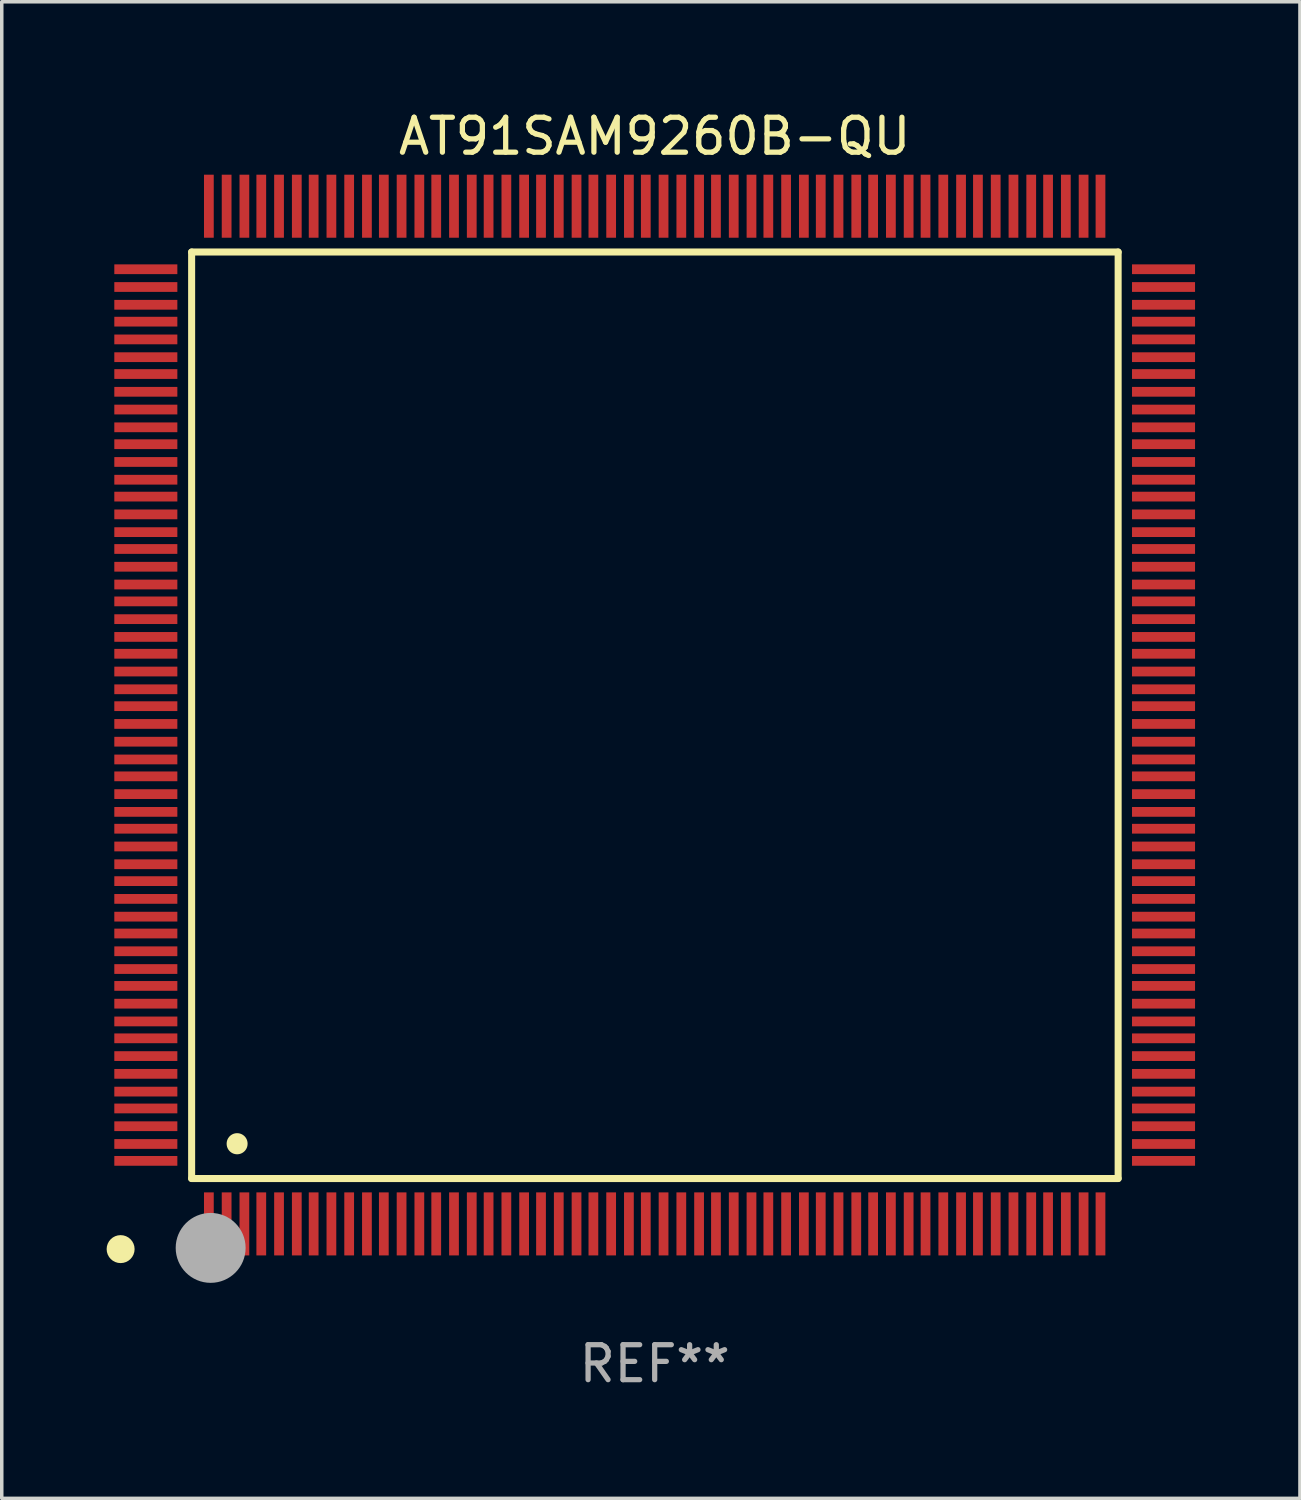
<source format=kicad_pcb>
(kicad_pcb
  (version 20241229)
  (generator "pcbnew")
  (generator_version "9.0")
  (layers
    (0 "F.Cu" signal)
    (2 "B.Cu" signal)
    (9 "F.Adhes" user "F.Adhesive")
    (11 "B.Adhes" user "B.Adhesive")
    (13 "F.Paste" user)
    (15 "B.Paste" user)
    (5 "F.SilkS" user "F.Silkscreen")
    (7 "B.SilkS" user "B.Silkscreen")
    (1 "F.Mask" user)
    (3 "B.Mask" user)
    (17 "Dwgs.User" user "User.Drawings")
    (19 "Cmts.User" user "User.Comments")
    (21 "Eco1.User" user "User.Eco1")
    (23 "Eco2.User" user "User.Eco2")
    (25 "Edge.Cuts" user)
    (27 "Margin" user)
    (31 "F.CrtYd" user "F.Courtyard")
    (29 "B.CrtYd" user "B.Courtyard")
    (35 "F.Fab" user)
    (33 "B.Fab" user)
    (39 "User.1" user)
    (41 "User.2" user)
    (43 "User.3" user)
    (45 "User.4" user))
  (footprint "AT91SAM9260B-QU"
    (layer "F.Cu")
    (at 15.675 17.402)
    (property "Reference" "AT91SAM9260B-QU" (at 0 -16.554 0) (layer "F.SilkS") (effects (font (size 1 1) (thickness 0.15))))
    (attr through_hole)
    (fp_line (start -13.244 -13.244) (end -13.244 13.256) (stroke (width 0.201) (type solid)) (layer "F.SilkS"))
    (fp_line (start -13.244 13.256) (end 13.256 13.256) (stroke (width 0.201) (type solid)) (layer "F.SilkS"))
    (fp_line (start 13.256 -13.244) (end -13.244 -13.244) (stroke (width 0.201) (type solid)) (layer "F.SilkS"))
    (fp_line (start 13.256 13.256) (end 13.256 -13.244) (stroke (width 0.201) (type solid)) (layer "F.SilkS"))
    (fp_arc (start -13.268987 14.90983) (mid -13.268992 14.90856) (end -13.268987 14.90729) (stroke (width 0.299721) (type solid)) (layer "F.SilkS"))
    (fp_arc (start -11.943104 12.263145) (mid -11.943115 12.260605) (end -11.943104 12.258065) (stroke (width 0.599441) (type solid)) (layer "F.SilkS"))
    (fp_circle (center -15.275 15.275) (end -15.075 15.275) (stroke (width 0.4) (type solid)) (fill no) (layer "F.SilkS"))
    (fp_circle (center -12.7 15.24) (end -12.2 15.24) (stroke (width 1) (type solid)) (fill no) (layer "F.Fab"))
    (fp_text user "REF**" (at 0 18.554 0) (layer "F.Fab") (effects (font (size 1 1) (thickness 0.15))))
    (pad "1" smd rect (at -12.751 14.554 180) (size 0.279 1.803) (layers "F.Cu" "F.Mask" "F.Paste"))
    (pad "2" smd rect (at -12.243 14.554 180) (size 0.279 1.803) (layers "F.Cu" "F.Mask" "F.Paste"))
    (pad "3" smd rect (at -11.735 14.554 180) (size 0.279 1.803) (layers "F.Cu" "F.Mask" "F.Paste"))
    (pad "4" smd rect (at -11.252 14.554 180) (size 0.279 1.803) (layers "F.Cu" "F.Mask" "F.Paste"))
    (pad "5" smd rect (at -10.744 14.554 180) (size 0.279 1.803) (layers "F.Cu" "F.Mask" "F.Paste"))
    (pad "6" smd rect (at -10.236 14.554 180) (size 0.279 1.803) (layers "F.Cu" "F.Mask" "F.Paste"))
    (pad "7" smd rect (at -9.754 14.554 180) (size 0.279 1.803) (layers "F.Cu" "F.Mask" "F.Paste"))
    (pad "8" smd rect (at -9.246 14.554 180) (size 0.279 1.803) (layers "F.Cu" "F.Mask" "F.Paste"))
    (pad "9" smd rect (at -8.738 14.554 180) (size 0.279 1.803) (layers "F.Cu" "F.Mask" "F.Paste"))
    (pad "10" smd rect (at -8.23 14.554 180) (size 0.279 1.803) (layers "F.Cu" "F.Mask" "F.Paste"))
    (pad "11" smd rect (at -7.747 14.554 180) (size 0.279 1.803) (layers "F.Cu" "F.Mask" "F.Paste"))
    (pad "12" smd rect (at -7.239 14.554 180) (size 0.279 1.803) (layers "F.Cu" "F.Mask" "F.Paste"))
    (pad "13" smd rect (at -6.731 14.554 180) (size 0.279 1.803) (layers "F.Cu" "F.Mask" "F.Paste"))
    (pad "14" smd rect (at -6.248 14.554 180) (size 0.279 1.803) (layers "F.Cu" "F.Mask" "F.Paste"))
    (pad "15" smd rect (at -5.74 14.554 180) (size 0.279 1.803) (layers "F.Cu" "F.Mask" "F.Paste"))
    (pad "16" smd rect (at -5.232 14.554 180) (size 0.279 1.803) (layers "F.Cu" "F.Mask" "F.Paste"))
    (pad "17" smd rect (at -4.75 14.554 180) (size 0.279 1.803) (layers "F.Cu" "F.Mask" "F.Paste"))
    (pad "18" smd rect (at -4.242 14.554 180) (size 0.279 1.803) (layers "F.Cu" "F.Mask" "F.Paste"))
    (pad "19" smd rect (at -3.734 14.554 180) (size 0.279 1.803) (layers "F.Cu" "F.Mask" "F.Paste"))
    (pad "20" smd rect (at -3.251 14.554 180) (size 0.279 1.803) (layers "F.Cu" "F.Mask" "F.Paste"))
    (pad "21" smd rect (at -2.743 14.554 180) (size 0.279 1.803) (layers "F.Cu" "F.Mask" "F.Paste"))
    (pad "22" smd rect (at -2.235 14.554 180) (size 0.279 1.803) (layers "F.Cu" "F.Mask" "F.Paste"))
    (pad "23" smd rect (at -1.753 14.554 180) (size 0.279 1.803) (layers "F.Cu" "F.Mask" "F.Paste"))
    (pad "24" smd rect (at -1.245 14.554 180) (size 0.279 1.803) (layers "F.Cu" "F.Mask" "F.Paste"))
    (pad "25" smd rect (at -0.737 14.554 180) (size 0.279 1.803) (layers "F.Cu" "F.Mask" "F.Paste"))
    (pad "26" smd rect (at -0.254 14.554 180) (size 0.279 1.803) (layers "F.Cu" "F.Mask" "F.Paste"))
    (pad "27" smd rect (at 0.254 14.554 180) (size 0.279 1.803) (layers "F.Cu" "F.Mask" "F.Paste"))
    (pad "28" smd rect (at 0.762 14.554 180) (size 0.279 1.803) (layers "F.Cu" "F.Mask" "F.Paste"))
    (pad "29" smd rect (at 1.27 14.554 180) (size 0.279 1.803) (layers "F.Cu" "F.Mask" "F.Paste"))
    (pad "30" smd rect (at 1.753 14.554 180) (size 0.279 1.803) (layers "F.Cu" "F.Mask" "F.Paste"))
    (pad "31" smd rect (at 2.261 14.554 180) (size 0.279 1.803) (layers "F.Cu" "F.Mask" "F.Paste"))
    (pad "32" smd rect (at 2.769 14.554 180) (size 0.279 1.803) (layers "F.Cu" "F.Mask" "F.Paste"))
    (pad "33" smd rect (at 3.251 14.554 180) (size 0.279 1.803) (layers "F.Cu" "F.Mask" "F.Paste"))
    (pad "34" smd rect (at 3.759 14.554 180) (size 0.279 1.803) (layers "F.Cu" "F.Mask" "F.Paste"))
    (pad "35" smd rect (at 4.267 14.554 180) (size 0.279 1.803) (layers "F.Cu" "F.Mask" "F.Paste"))
    (pad "36" smd rect (at 4.75 14.554 180) (size 0.279 1.803) (layers "F.Cu" "F.Mask" "F.Paste"))
    (pad "37" smd rect (at 5.258 14.554 180) (size 0.279 1.803) (layers "F.Cu" "F.Mask" "F.Paste"))
    (pad "38" smd rect (at 5.766 14.554 180) (size 0.279 1.803) (layers "F.Cu" "F.Mask" "F.Paste"))
    (pad "39" smd rect (at 6.248 14.554 180) (size 0.279 1.803) (layers "F.Cu" "F.Mask" "F.Paste"))
    (pad "40" smd rect (at 6.756 14.554 180) (size 0.279 1.803) (layers "F.Cu" "F.Mask" "F.Paste"))
    (pad "41" smd rect (at 7.264 14.554 180) (size 0.279 1.803) (layers "F.Cu" "F.Mask" "F.Paste"))
    (pad "42" smd rect (at 7.747 14.554 180) (size 0.279 1.803) (layers "F.Cu" "F.Mask" "F.Paste"))
    (pad "43" smd rect (at 8.255 14.554 180) (size 0.279 1.803) (layers "F.Cu" "F.Mask" "F.Paste"))
    (pad "44" smd rect (at 8.763 14.554 180) (size 0.279 1.803) (layers "F.Cu" "F.Mask" "F.Paste"))
    (pad "45" smd rect (at 9.246 14.554 180) (size 0.279 1.803) (layers "F.Cu" "F.Mask" "F.Paste"))
    (pad "46" smd rect (at 9.754 14.554 180) (size 0.279 1.803) (layers "F.Cu" "F.Mask" "F.Paste"))
    (pad "47" smd rect (at 10.262 14.554 180) (size 0.279 1.803) (layers "F.Cu" "F.Mask" "F.Paste"))
    (pad "48" smd rect (at 10.77 14.554 180) (size 0.279 1.803) (layers "F.Cu" "F.Mask" "F.Paste"))
    (pad "49" smd rect (at 11.252 14.554 180) (size 0.279 1.803) (layers "F.Cu" "F.Mask" "F.Paste"))
    (pad "50" smd rect (at 11.76 14.554 180) (size 0.279 1.803) (layers "F.Cu" "F.Mask" "F.Paste"))
    (pad "51" smd rect (at 12.268 14.554 180) (size 0.279 1.803) (layers "F.Cu" "F.Mask" "F.Paste"))
    (pad "52" smd rect (at 12.751 14.554 180) (size 0.279 1.803) (layers "F.Cu" "F.Mask" "F.Paste"))
    (pad "53" smd rect (at 14.554 12.751 90) (size 0.279 1.803) (layers "F.Cu" "F.Mask" "F.Paste"))
    (pad "54" smd rect (at 14.554 12.268 90) (size 0.279 1.803) (layers "F.Cu" "F.Mask" "F.Paste"))
    (pad "55" smd rect (at 14.554 11.76 90) (size 0.279 1.803) (layers "F.Cu" "F.Mask" "F.Paste"))
    (pad "56" smd rect (at 14.554 11.252 90) (size 0.279 1.803) (layers "F.Cu" "F.Mask" "F.Paste"))
    (pad "57" smd rect (at 14.554 10.77 90) (size 0.279 1.803) (layers "F.Cu" "F.Mask" "F.Paste"))
    (pad "58" smd rect (at 14.554 10.262 90) (size 0.279 1.803) (layers "F.Cu" "F.Mask" "F.Paste"))
    (pad "59" smd rect (at 14.554 9.754 90) (size 0.279 1.803) (layers "F.Cu" "F.Mask" "F.Paste"))
    (pad "60" smd rect (at 14.554 9.246 90) (size 0.279 1.803) (layers "F.Cu" "F.Mask" "F.Paste"))
    (pad "61" smd rect (at 14.554 8.763 90) (size 0.279 1.803) (layers "F.Cu" "F.Mask" "F.Paste"))
    (pad "62" smd rect (at 14.554 8.255 90) (size 0.279 1.803) (layers "F.Cu" "F.Mask" "F.Paste"))
    (pad "63" smd rect (at 14.554 7.747 90) (size 0.279 1.803) (layers "F.Cu" "F.Mask" "F.Paste"))
    (pad "64" smd rect (at 14.554 7.264 90) (size 0.279 1.803) (layers "F.Cu" "F.Mask" "F.Paste"))
    (pad "65" smd rect (at 14.554 6.756 90) (size 0.279 1.803) (layers "F.Cu" "F.Mask" "F.Paste"))
    (pad "66" smd rect (at 14.554 6.248 90) (size 0.279 1.803) (layers "F.Cu" "F.Mask" "F.Paste"))
    (pad "67" smd rect (at 14.554 5.766 90) (size 0.279 1.803) (layers "F.Cu" "F.Mask" "F.Paste"))
    (pad "68" smd rect (at 14.554 5.258 90) (size 0.279 1.803) (layers "F.Cu" "F.Mask" "F.Paste"))
    (pad "69" smd rect (at 14.554 4.75 90) (size 0.279 1.803) (layers "F.Cu" "F.Mask" "F.Paste"))
    (pad "70" smd rect (at 14.554 4.267 90) (size 0.279 1.803) (layers "F.Cu" "F.Mask" "F.Paste"))
    (pad "71" smd rect (at 14.554 3.759 90) (size 0.279 1.803) (layers "F.Cu" "F.Mask" "F.Paste"))
    (pad "72" smd rect (at 14.554 3.251 90) (size 0.279 1.803) (layers "F.Cu" "F.Mask" "F.Paste"))
    (pad "73" smd rect (at 14.554 2.769 90) (size 0.279 1.803) (layers "F.Cu" "F.Mask" "F.Paste"))
    (pad "74" smd rect (at 14.554 2.261 90) (size 0.279 1.803) (layers "F.Cu" "F.Mask" "F.Paste"))
    (pad "75" smd rect (at 14.554 1.753 90) (size 0.279 1.803) (layers "F.Cu" "F.Mask" "F.Paste"))
    (pad "76" smd rect (at 14.554 1.27 90) (size 0.279 1.803) (layers "F.Cu" "F.Mask" "F.Paste"))
    (pad "77" smd rect (at 14.554 0.762 90) (size 0.279 1.803) (layers "F.Cu" "F.Mask" "F.Paste"))
    (pad "78" smd rect (at 14.554 0.254 90) (size 0.279 1.803) (layers "F.Cu" "F.Mask" "F.Paste"))
    (pad "79" smd rect (at 14.554 -0.254 90) (size 0.279 1.803) (layers "F.Cu" "F.Mask" "F.Paste"))
    (pad "80" smd rect (at 14.554 -0.737 90) (size 0.279 1.803) (layers "F.Cu" "F.Mask" "F.Paste"))
    (pad "81" smd rect (at 14.554 -1.245 90) (size 0.279 1.803) (layers "F.Cu" "F.Mask" "F.Paste"))
    (pad "82" smd rect (at 14.554 -1.753 90) (size 0.279 1.803) (layers "F.Cu" "F.Mask" "F.Paste"))
    (pad "83" smd rect (at 14.554 -2.235 90) (size 0.279 1.803) (layers "F.Cu" "F.Mask" "F.Paste"))
    (pad "84" smd rect (at 14.554 -2.743 90) (size 0.279 1.803) (layers "F.Cu" "F.Mask" "F.Paste"))
    (pad "85" smd rect (at 14.554 -3.251 90) (size 0.279 1.803) (layers "F.Cu" "F.Mask" "F.Paste"))
    (pad "86" smd rect (at 14.554 -3.734 90) (size 0.279 1.803) (layers "F.Cu" "F.Mask" "F.Paste"))
    (pad "87" smd rect (at 14.554 -4.242 90) (size 0.279 1.803) (layers "F.Cu" "F.Mask" "F.Paste"))
    (pad "88" smd rect (at 14.554 -4.75 90) (size 0.279 1.803) (layers "F.Cu" "F.Mask" "F.Paste"))
    (pad "89" smd rect (at 14.554 -5.232 90) (size 0.279 1.803) (layers "F.Cu" "F.Mask" "F.Paste"))
    (pad "90" smd rect (at 14.554 -5.74 90) (size 0.279 1.803) (layers "F.Cu" "F.Mask" "F.Paste"))
    (pad "91" smd rect (at 14.554 -6.248 90) (size 0.279 1.803) (layers "F.Cu" "F.Mask" "F.Paste"))
    (pad "92" smd rect (at 14.554 -6.731 90) (size 0.279 1.803) (layers "F.Cu" "F.Mask" "F.Paste"))
    (pad "93" smd rect (at 14.554 -7.239 90) (size 0.279 1.803) (layers "F.Cu" "F.Mask" "F.Paste"))
    (pad "94" smd rect (at 14.554 -7.747 90) (size 0.279 1.803) (layers "F.Cu" "F.Mask" "F.Paste"))
    (pad "95" smd rect (at 14.554 -8.23 90) (size 0.279 1.803) (layers "F.Cu" "F.Mask" "F.Paste"))
    (pad "96" smd rect (at 14.554 -8.738 90) (size 0.279 1.803) (layers "F.Cu" "F.Mask" "F.Paste"))
    (pad "97" smd rect (at 14.554 -9.246 90) (size 0.279 1.803) (layers "F.Cu" "F.Mask" "F.Paste"))
    (pad "98" smd rect (at 14.554 -9.754 90) (size 0.279 1.803) (layers "F.Cu" "F.Mask" "F.Paste"))
    (pad "99" smd rect (at 14.554 -10.236 90) (size 0.279 1.803) (layers "F.Cu" "F.Mask" "F.Paste"))
    (pad "100" smd rect (at 14.554 -10.744 90) (size 0.279 1.803) (layers "F.Cu" "F.Mask" "F.Paste"))
    (pad "101" smd rect (at 14.554 -11.252 90) (size 0.279 1.803) (layers "F.Cu" "F.Mask" "F.Paste"))
    (pad "102" smd rect (at 14.554 -11.735 90) (size 0.279 1.803) (layers "F.Cu" "F.Mask" "F.Paste"))
    (pad "103" smd rect (at 14.554 -12.243 90) (size 0.279 1.803) (layers "F.Cu" "F.Mask" "F.Paste"))
    (pad "104" smd rect (at 14.554 -12.751 90) (size 0.279 1.803) (layers "F.Cu" "F.Mask" "F.Paste"))
    (pad "105" smd rect (at 12.751 -14.554 180) (size 0.279 1.803) (layers "F.Cu" "F.Mask" "F.Paste"))
    (pad "106" smd rect (at 12.268 -14.554 180) (size 0.279 1.803) (layers "F.Cu" "F.Mask" "F.Paste"))
    (pad "107" smd rect (at 11.76 -14.554 180) (size 0.279 1.803) (layers "F.Cu" "F.Mask" "F.Paste"))
    (pad "108" smd rect (at 11.252 -14.554 180) (size 0.279 1.803) (layers "F.Cu" "F.Mask" "F.Paste"))
    (pad "109" smd rect (at 10.77 -14.554 180) (size 0.279 1.803) (layers "F.Cu" "F.Mask" "F.Paste"))
    (pad "110" smd rect (at 10.262 -14.554 180) (size 0.279 1.803) (layers "F.Cu" "F.Mask" "F.Paste"))
    (pad "111" smd rect (at 9.754 -14.554 180) (size 0.279 1.803) (layers "F.Cu" "F.Mask" "F.Paste"))
    (pad "112" smd rect (at 9.246 -14.554 180) (size 0.279 1.803) (layers "F.Cu" "F.Mask" "F.Paste"))
    (pad "113" smd rect (at 8.763 -14.554 180) (size 0.279 1.803) (layers "F.Cu" "F.Mask" "F.Paste"))
    (pad "114" smd rect (at 8.255 -14.554 180) (size 0.279 1.803) (layers "F.Cu" "F.Mask" "F.Paste"))
    (pad "115" smd rect (at 7.747 -14.554 180) (size 0.279 1.803) (layers "F.Cu" "F.Mask" "F.Paste"))
    (pad "116" smd rect (at 7.264 -14.554 180) (size 0.279 1.803) (layers "F.Cu" "F.Mask" "F.Paste"))
    (pad "117" smd rect (at 6.756 -14.554 180) (size 0.279 1.803) (layers "F.Cu" "F.Mask" "F.Paste"))
    (pad "118" smd rect (at 6.248 -14.554 180) (size 0.279 1.803) (layers "F.Cu" "F.Mask" "F.Paste"))
    (pad "119" smd rect (at 5.766 -14.554 180) (size 0.279 1.803) (layers "F.Cu" "F.Mask" "F.Paste"))
    (pad "120" smd rect (at 5.258 -14.554 180) (size 0.279 1.803) (layers "F.Cu" "F.Mask" "F.Paste"))
    (pad "121" smd rect (at 4.75 -14.554 180) (size 0.279 1.803) (layers "F.Cu" "F.Mask" "F.Paste"))
    (pad "122" smd rect (at 4.267 -14.554 180) (size 0.279 1.803) (layers "F.Cu" "F.Mask" "F.Paste"))
    (pad "123" smd rect (at 3.759 -14.554 180) (size 0.279 1.803) (layers "F.Cu" "F.Mask" "F.Paste"))
    (pad "124" smd rect (at 3.251 -14.554 180) (size 0.279 1.803) (layers "F.Cu" "F.Mask" "F.Paste"))
    (pad "125" smd rect (at 2.769 -14.554 180) (size 0.279 1.803) (layers "F.Cu" "F.Mask" "F.Paste"))
    (pad "126" smd rect (at 2.261 -14.554 180) (size 0.279 1.803) (layers "F.Cu" "F.Mask" "F.Paste"))
    (pad "127" smd rect (at 1.753 -14.554 180) (size 0.279 1.803) (layers "F.Cu" "F.Mask" "F.Paste"))
    (pad "128" smd rect (at 1.27 -14.554 180) (size 0.279 1.803) (layers "F.Cu" "F.Mask" "F.Paste"))
    (pad "129" smd rect (at 0.762 -14.554 180) (size 0.279 1.803) (layers "F.Cu" "F.Mask" "F.Paste"))
    (pad "130" smd rect (at 0.254 -14.554 180) (size 0.279 1.803) (layers "F.Cu" "F.Mask" "F.Paste"))
    (pad "131" smd rect (at -0.254 -14.554 180) (size 0.279 1.803) (layers "F.Cu" "F.Mask" "F.Paste"))
    (pad "132" smd rect (at -0.737 -14.554 180) (size 0.279 1.803) (layers "F.Cu" "F.Mask" "F.Paste"))
    (pad "133" smd rect (at -1.245 -14.554 180) (size 0.279 1.803) (layers "F.Cu" "F.Mask" "F.Paste"))
    (pad "134" smd rect (at -1.753 -14.554 180) (size 0.279 1.803) (layers "F.Cu" "F.Mask" "F.Paste"))
    (pad "135" smd rect (at -2.235 -14.554 180) (size 0.279 1.803) (layers "F.Cu" "F.Mask" "F.Paste"))
    (pad "136" smd rect (at -2.743 -14.554 180) (size 0.279 1.803) (layers "F.Cu" "F.Mask" "F.Paste"))
    (pad "137" smd rect (at -3.251 -14.554 180) (size 0.279 1.803) (layers "F.Cu" "F.Mask" "F.Paste"))
    (pad "138" smd rect (at -3.734 -14.554 180) (size 0.279 1.803) (layers "F.Cu" "F.Mask" "F.Paste"))
    (pad "139" smd rect (at -4.242 -14.554 180) (size 0.279 1.803) (layers "F.Cu" "F.Mask" "F.Paste"))
    (pad "140" smd rect (at -4.75 -14.554 180) (size 0.279 1.803) (layers "F.Cu" "F.Mask" "F.Paste"))
    (pad "141" smd rect (at -5.232 -14.554 180) (size 0.279 1.803) (layers "F.Cu" "F.Mask" "F.Paste"))
    (pad "142" smd rect (at -5.74 -14.554 180) (size 0.279 1.803) (layers "F.Cu" "F.Mask" "F.Paste"))
    (pad "143" smd rect (at -6.248 -14.554 180) (size 0.279 1.803) (layers "F.Cu" "F.Mask" "F.Paste"))
    (pad "144" smd rect (at -6.731 -14.554 180) (size 0.279 1.803) (layers "F.Cu" "F.Mask" "F.Paste"))
    (pad "145" smd rect (at -7.239 -14.554 180) (size 0.279 1.803) (layers "F.Cu" "F.Mask" "F.Paste"))
    (pad "146" smd rect (at -7.747 -14.554 180) (size 0.279 1.803) (layers "F.Cu" "F.Mask" "F.Paste"))
    (pad "147" smd rect (at -8.23 -14.554 180) (size 0.279 1.803) (layers "F.Cu" "F.Mask" "F.Paste"))
    (pad "148" smd rect (at -8.738 -14.554 180) (size 0.279 1.803) (layers "F.Cu" "F.Mask" "F.Paste"))
    (pad "149" smd rect (at -9.246 -14.554 180) (size 0.279 1.803) (layers "F.Cu" "F.Mask" "F.Paste"))
    (pad "150" smd rect (at -9.754 -14.554 180) (size 0.279 1.803) (layers "F.Cu" "F.Mask" "F.Paste"))
    (pad "151" smd rect (at -10.236 -14.554 180) (size 0.279 1.803) (layers "F.Cu" "F.Mask" "F.Paste"))
    (pad "152" smd rect (at -10.744 -14.554 180) (size 0.279 1.803) (layers "F.Cu" "F.Mask" "F.Paste"))
    (pad "153" smd rect (at -11.252 -14.554 180) (size 0.279 1.803) (layers "F.Cu" "F.Mask" "F.Paste"))
    (pad "154" smd rect (at -11.735 -14.554 180) (size 0.279 1.803) (layers "F.Cu" "F.Mask" "F.Paste"))
    (pad "155" smd rect (at -12.243 -14.554 180) (size 0.279 1.803) (layers "F.Cu" "F.Mask" "F.Paste"))
    (pad "156" smd rect (at -12.751 -14.554 180) (size 0.279 1.803) (layers "F.Cu" "F.Mask" "F.Paste"))
    (pad "157" smd rect (at -14.554 -12.751 90) (size 0.279 1.803) (layers "F.Cu" "F.Mask" "F.Paste"))
    (pad "158" smd rect (at -14.554 -12.243 90) (size 0.279 1.803) (layers "F.Cu" "F.Mask" "F.Paste"))
    (pad "159" smd rect (at -14.554 -11.735 90) (size 0.279 1.803) (layers "F.Cu" "F.Mask" "F.Paste"))
    (pad "160" smd rect (at -14.554 -11.252 90) (size 0.279 1.803) (layers "F.Cu" "F.Mask" "F.Paste"))
    (pad "161" smd rect (at -14.554 -10.744 90) (size 0.279 1.803) (layers "F.Cu" "F.Mask" "F.Paste"))
    (pad "162" smd rect (at -14.554 -10.236 90) (size 0.279 1.803) (layers "F.Cu" "F.Mask" "F.Paste"))
    (pad "163" smd rect (at -14.554 -9.754 90) (size 0.279 1.803) (layers "F.Cu" "F.Mask" "F.Paste"))
    (pad "164" smd rect (at -14.554 -9.246 90) (size 0.279 1.803) (layers "F.Cu" "F.Mask" "F.Paste"))
    (pad "165" smd rect (at -14.554 -8.738 90) (size 0.279 1.803) (layers "F.Cu" "F.Mask" "F.Paste"))
    (pad "166" smd rect (at -14.554 -8.23 90) (size 0.279 1.803) (layers "F.Cu" "F.Mask" "F.Paste"))
    (pad "167" smd rect (at -14.554 -7.747 90) (size 0.279 1.803) (layers "F.Cu" "F.Mask" "F.Paste"))
    (pad "168" smd rect (at -14.554 -7.239 90) (size 0.279 1.803) (layers "F.Cu" "F.Mask" "F.Paste"))
    (pad "169" smd rect (at -14.554 -6.731 90) (size 0.279 1.803) (layers "F.Cu" "F.Mask" "F.Paste"))
    (pad "170" smd rect (at -14.554 -6.248 90) (size 0.279 1.803) (layers "F.Cu" "F.Mask" "F.Paste"))
    (pad "171" smd rect (at -14.554 -5.74 90) (size 0.279 1.803) (layers "F.Cu" "F.Mask" "F.Paste"))
    (pad "172" smd rect (at -14.554 -5.232 90) (size 0.279 1.803) (layers "F.Cu" "F.Mask" "F.Paste"))
    (pad "173" smd rect (at -14.554 -4.75 90) (size 0.279 1.803) (layers "F.Cu" "F.Mask" "F.Paste"))
    (pad "174" smd rect (at -14.554 -4.242 90) (size 0.279 1.803) (layers "F.Cu" "F.Mask" "F.Paste"))
    (pad "175" smd rect (at -14.554 -3.734 90) (size 0.279 1.803) (layers "F.Cu" "F.Mask" "F.Paste"))
    (pad "176" smd rect (at -14.554 -3.251 90) (size 0.279 1.803) (layers "F.Cu" "F.Mask" "F.Paste"))
    (pad "177" smd rect (at -14.554 -2.743 90) (size 0.279 1.803) (layers "F.Cu" "F.Mask" "F.Paste"))
    (pad "178" smd rect (at -14.554 -2.235 90) (size 0.279 1.803) (layers "F.Cu" "F.Mask" "F.Paste"))
    (pad "179" smd rect (at -14.554 -1.753 90) (size 0.279 1.803) (layers "F.Cu" "F.Mask" "F.Paste"))
    (pad "180" smd rect (at -14.554 -1.245 90) (size 0.279 1.803) (layers "F.Cu" "F.Mask" "F.Paste"))
    (pad "181" smd rect (at -14.554 -0.737 90) (size 0.279 1.803) (layers "F.Cu" "F.Mask" "F.Paste"))
    (pad "182" smd rect (at -14.554 -0.254 90) (size 0.279 1.803) (layers "F.Cu" "F.Mask" "F.Paste"))
    (pad "183" smd rect (at -14.554 0.254 90) (size 0.279 1.803) (layers "F.Cu" "F.Mask" "F.Paste"))
    (pad "184" smd rect (at -14.554 0.762 90) (size 0.279 1.803) (layers "F.Cu" "F.Mask" "F.Paste"))
    (pad "185" smd rect (at -14.554 1.27 90) (size 0.279 1.803) (layers "F.Cu" "F.Mask" "F.Paste"))
    (pad "186" smd rect (at -14.554 1.753 90) (size 0.279 1.803) (layers "F.Cu" "F.Mask" "F.Paste"))
    (pad "187" smd rect (at -14.554 2.261 90) (size 0.279 1.803) (layers "F.Cu" "F.Mask" "F.Paste"))
    (pad "188" smd rect (at -14.554 2.769 90) (size 0.279 1.803) (layers "F.Cu" "F.Mask" "F.Paste"))
    (pad "189" smd rect (at -14.554 3.251 90) (size 0.279 1.803) (layers "F.Cu" "F.Mask" "F.Paste"))
    (pad "190" smd rect (at -14.554 3.759 90) (size 0.279 1.803) (layers "F.Cu" "F.Mask" "F.Paste"))
    (pad "191" smd rect (at -14.554 4.267 90) (size 0.279 1.803) (layers "F.Cu" "F.Mask" "F.Paste"))
    (pad "192" smd rect (at -14.554 4.75 90) (size 0.279 1.803) (layers "F.Cu" "F.Mask" "F.Paste"))
    (pad "193" smd rect (at -14.554 5.258 90) (size 0.279 1.803) (layers "F.Cu" "F.Mask" "F.Paste"))
    (pad "194" smd rect (at -14.554 5.766 90) (size 0.279 1.803) (layers "F.Cu" "F.Mask" "F.Paste"))
    (pad "195" smd rect (at -14.554 6.248 90) (size 0.279 1.803) (layers "F.Cu" "F.Mask" "F.Paste"))
    (pad "196" smd rect (at -14.554 6.756 90) (size 0.279 1.803) (layers "F.Cu" "F.Mask" "F.Paste"))
    (pad "197" smd rect (at -14.554 7.264 90) (size 0.279 1.803) (layers "F.Cu" "F.Mask" "F.Paste"))
    (pad "198" smd rect (at -14.554 7.747 90) (size 0.279 1.803) (layers "F.Cu" "F.Mask" "F.Paste"))
    (pad "199" smd rect (at -14.554 8.255 90) (size 0.279 1.803) (layers "F.Cu" "F.Mask" "F.Paste"))
    (pad "200" smd rect (at -14.554 8.763 90) (size 0.279 1.803) (layers "F.Cu" "F.Mask" "F.Paste"))
    (pad "201" smd rect (at -14.554 9.246 90) (size 0.279 1.803) (layers "F.Cu" "F.Mask" "F.Paste"))
    (pad "202" smd rect (at -14.554 9.754 90) (size 0.279 1.803) (layers "F.Cu" "F.Mask" "F.Paste"))
    (pad "203" smd rect (at -14.554 10.262 90) (size 0.279 1.803) (layers "F.Cu" "F.Mask" "F.Paste"))
    (pad "204" smd rect (at -14.554 10.77 90) (size 0.279 1.803) (layers "F.Cu" "F.Mask" "F.Paste"))
    (pad "205" smd rect (at -14.554 11.252 90) (size 0.279 1.803) (layers "F.Cu" "F.Mask" "F.Paste"))
    (pad "206" smd rect (at -14.554 11.76 90) (size 0.279 1.803) (layers "F.Cu" "F.Mask" "F.Paste"))
    (pad "207" smd rect (at -14.554 12.268 90) (size 0.279 1.803) (layers "F.Cu" "F.Mask" "F.Paste"))
    (pad "208" smd rect (at -14.554 12.751 90) (size 0.279 1.803) (layers "F.Cu" "F.Mask" "F.Paste")))
  (gr_rect
    (start -3 -3)
    (end 34.131 39.805)
    (stroke (width 0.1) (type default))
    (fill no)
    (layer "Edge.Cuts")))
</source>
